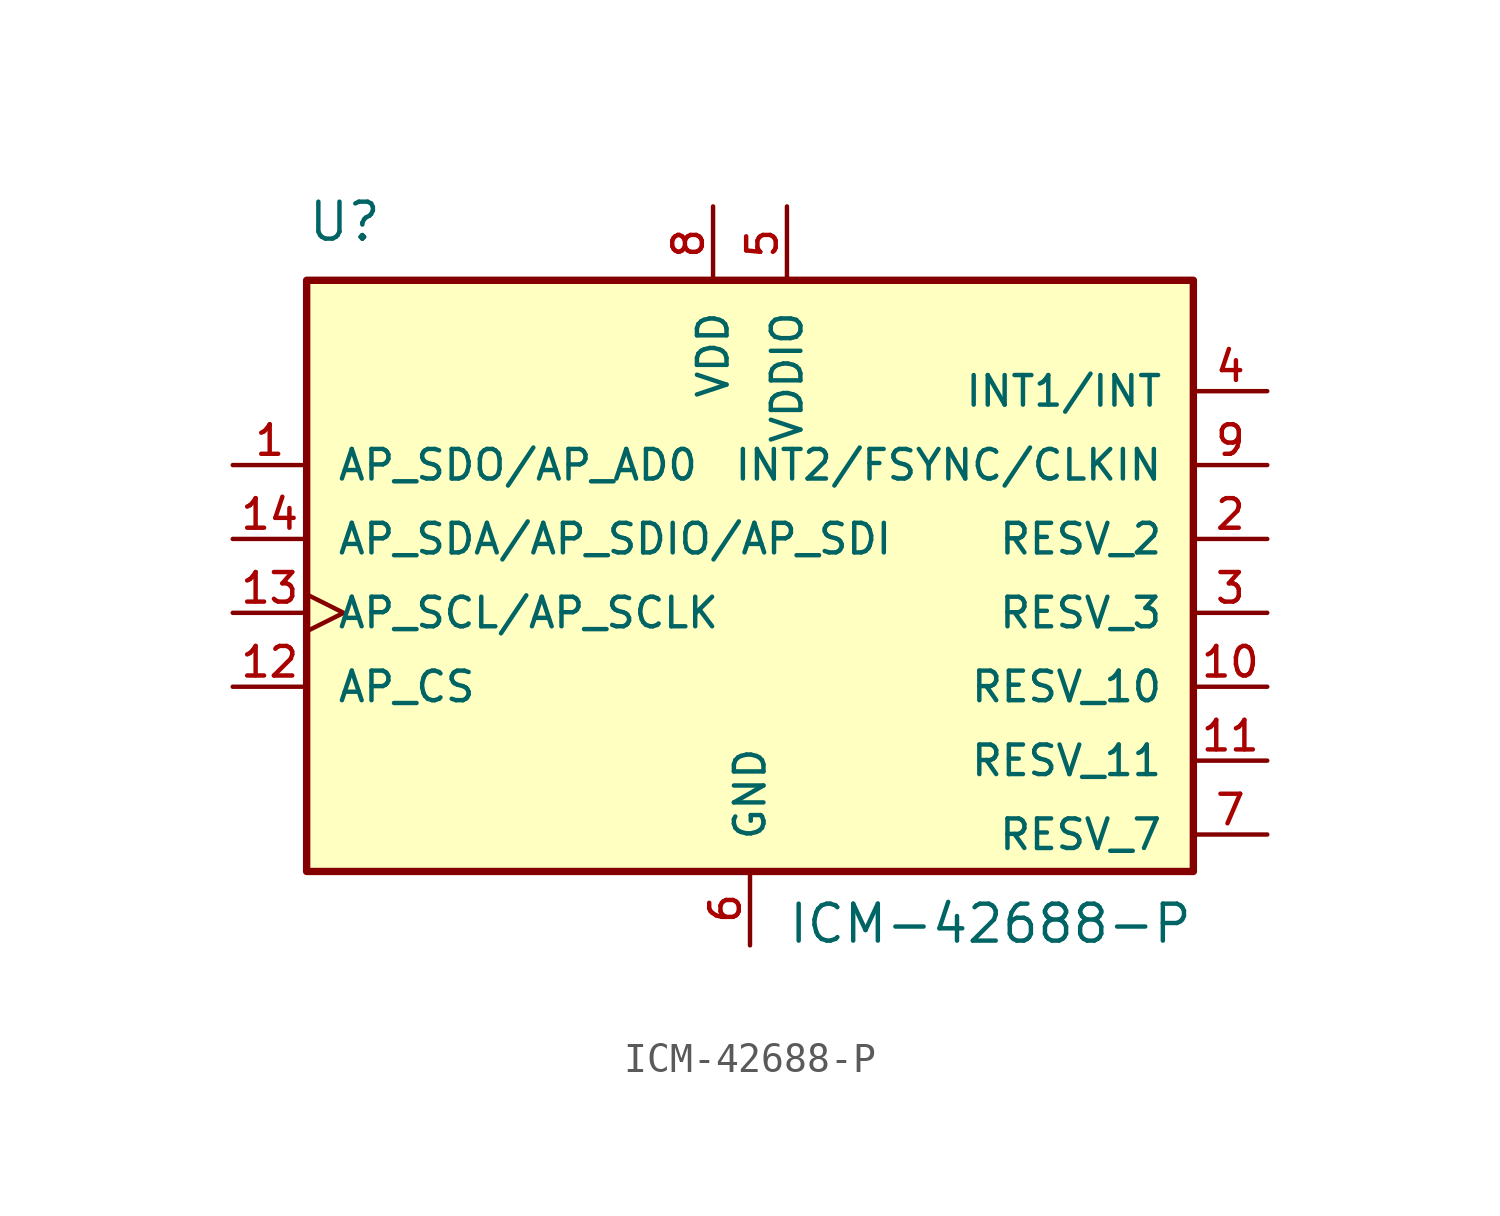
<source format=kicad_sym>
(kicad_symbol_lib
  (version 20220914)
  (generator kicad_symbol_editor)
  (symbol "ICM-42688-P"
    (pin_names
      (offset 1.016))
    (property "Reference" "U"
      (at -15.24 11.43 0)
      (effects (font (size 1.27 1.27)) (justify left bottom)))
    (property "Value" "ICM-42688-P"
      (at 1.27 -12.7 0)
      (effects (font (size 1.27 1.27)) (justify left bottom)))
    (symbol "ICM-42688-P_0_0"
      (rectangle (start -15.24 10.16) (end 15.24 -10.16) (stroke (width 0.254) (type default)) (fill (type background))))
    (symbol "ICM-42688-P_1_0"
      (pin bidirectional line (at -17.78 3.81 0) (length 2.54) (name "AP_SDO/AP_AD0" (effects (font (size 1.016 1.016)))) (number "1" (effects (font (size 1.016 1.016)))))
      (pin passive line (at 17.78 -3.81 180) (length 2.54) (name "RESV_10" (effects (font (size 1.016 1.016)))) (number "10" (effects (font (size 1.016 1.016)))))
      (pin passive line (at 17.78 -6.35 180) (length 2.54) (name "RESV_11" (effects (font (size 1.016 1.016)))) (number "11" (effects (font (size 1.016 1.016)))))
      (pin input line (at -17.78 -3.81 0) (length 2.54) (name "AP_CS" (effects (font (size 1.016 1.016)))) (number "12" (effects (font (size 1.016 1.016)))))
      (pin input clock (at -17.78 -1.27 0) (length 2.54) (name "AP_SCL/AP_SCLK" (effects (font (size 1.016 1.016)))) (number "13" (effects (font (size 1.016 1.016)))))
      (pin bidirectional line (at -17.78 1.27 0) (length 2.54) (name "AP_SDA/AP_SDIO/AP_SDI" (effects (font (size 1.016 1.016)))) (number "14" (effects (font (size 1.016 1.016)))))
      (pin passive line (at 17.78 1.27 180) (length 2.54) (name "RESV_2" (effects (font (size 1.016 1.016)))) (number "2" (effects (font (size 1.016 1.016)))))
      (pin passive line (at 17.78 -1.27 180) (length 2.54) (name "RESV_3" (effects (font (size 1.016 1.016)))) (number "3" (effects (font (size 1.016 1.016)))))
      (pin output line (at 17.78 6.35 180) (length 2.54) (name "INT1/INT" (effects (font (size 1.016 1.016)))) (number "4" (effects (font (size 1.016 1.016)))))
      (pin power_in line (at 1.27 12.7 270) (length 2.54) (name "VDDIO" (effects (font (size 1.016 1.016)))) (number "5" (effects (font (size 1.016 1.016)))))
      (pin power_in line (at 0 -12.7 90) (length 2.54) (name "GND" (effects (font (size 1.016 1.016)))) (number "6" (effects (font (size 1.016 1.016)))))
      (pin passive line (at 17.78 -8.89 180) (length 2.54) (name "RESV_7" (effects (font (size 1.016 1.016)))) (number "7" (effects (font (size 1.016 1.016)))))
      (pin power_in line (at -1.27 12.7 270) (length 2.54) (name "VDD" (effects (font (size 1.016 1.016)))) (number "8" (effects (font (size 1.016 1.016)))))
      (pin bidirectional line (at 17.78 3.81 180) (length 2.54) (name "INT2/FSYNC/CLKIN" (effects (font (size 1.016 1.016)))) (number "9" (effects (font (size 1.016 1.016))))))))
</source>
